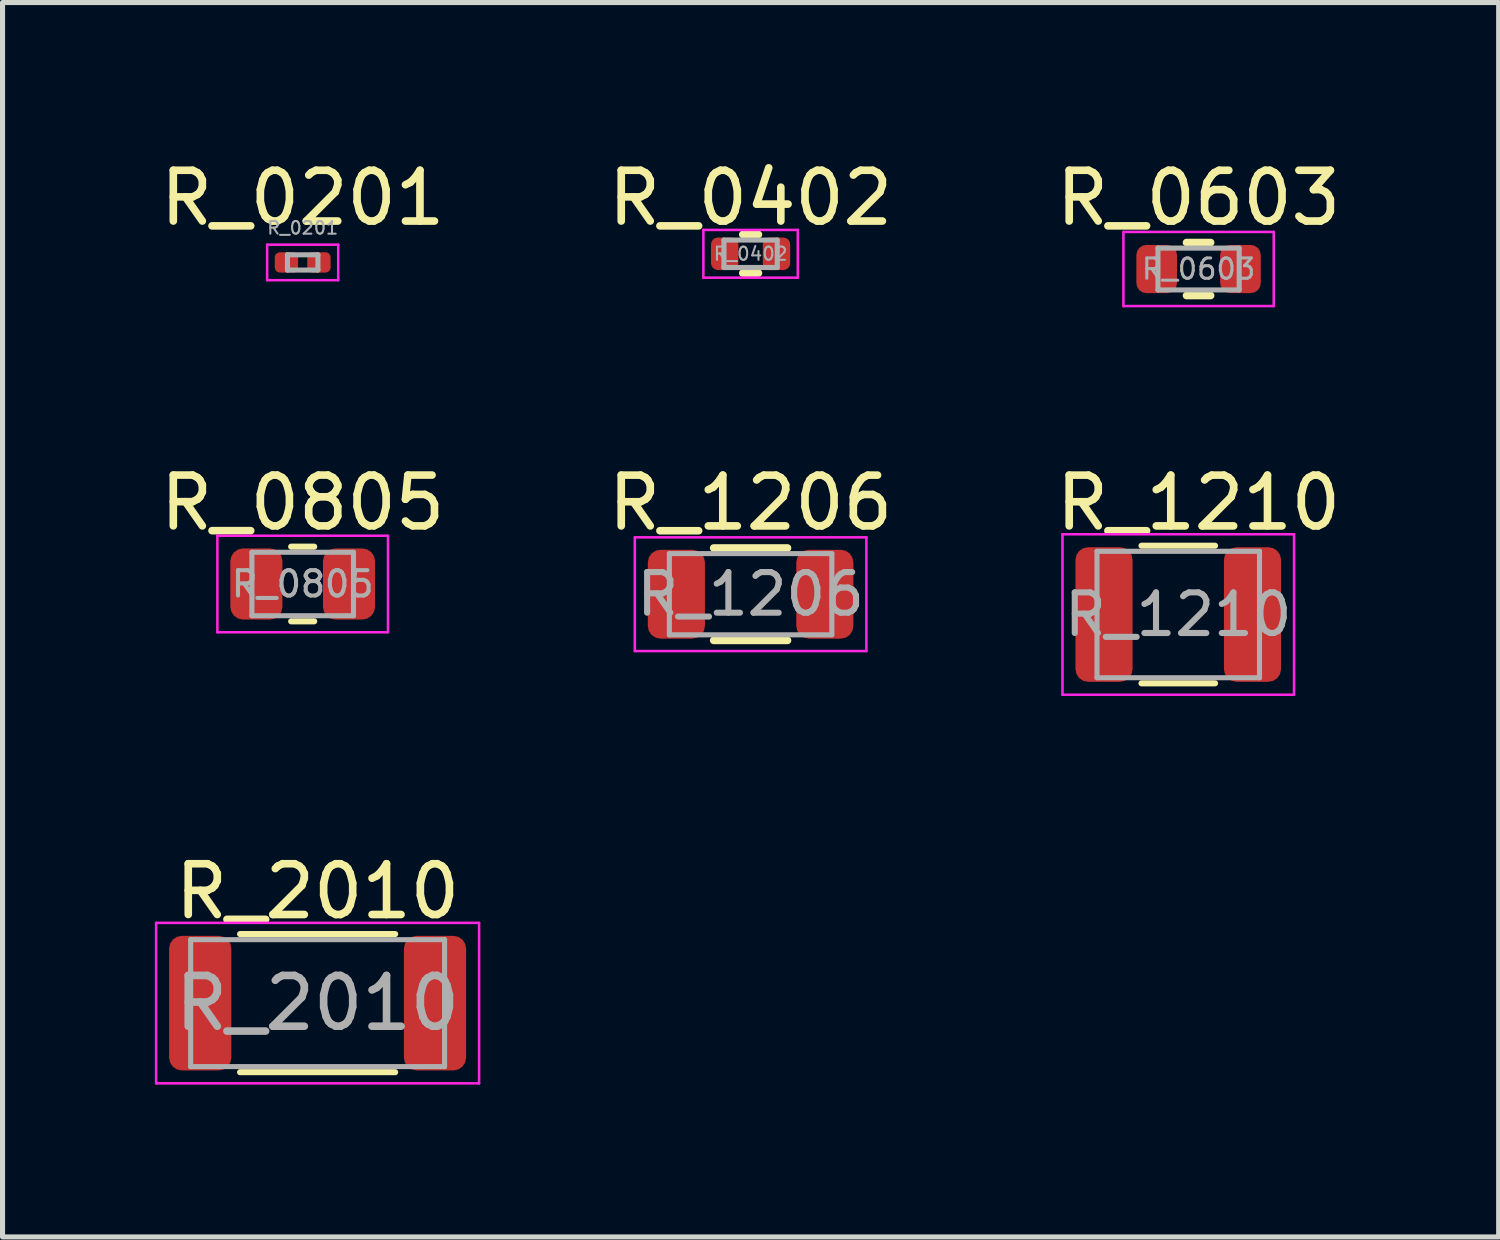
<source format=kicad_pcb>
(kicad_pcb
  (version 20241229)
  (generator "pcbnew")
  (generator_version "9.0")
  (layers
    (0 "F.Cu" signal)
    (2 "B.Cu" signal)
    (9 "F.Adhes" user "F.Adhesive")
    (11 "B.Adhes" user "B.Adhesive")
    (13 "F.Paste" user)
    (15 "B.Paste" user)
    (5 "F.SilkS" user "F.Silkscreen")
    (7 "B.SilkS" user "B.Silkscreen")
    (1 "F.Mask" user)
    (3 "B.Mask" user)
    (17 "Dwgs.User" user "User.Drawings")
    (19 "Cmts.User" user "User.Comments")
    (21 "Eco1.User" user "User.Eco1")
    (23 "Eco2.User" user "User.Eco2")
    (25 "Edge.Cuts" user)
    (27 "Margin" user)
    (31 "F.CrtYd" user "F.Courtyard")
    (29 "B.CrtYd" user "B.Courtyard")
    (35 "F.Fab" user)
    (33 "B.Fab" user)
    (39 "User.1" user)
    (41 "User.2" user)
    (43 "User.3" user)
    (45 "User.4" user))
  (footprint "R_0201"
    (layer "F.Cu")
    (at 2.911 2.118)
    (property "Reference" "R_0201" (at 0 -1.27 0) (layer "F.SilkS") (effects (font (size 1 1) (thickness 0.15))))
    (attr through_hole)
    (fp_line (start -0.7 -0.35) (end 0.7 -0.35) (stroke (width 0.05) (type solid)) (layer "F.CrtYd"))
    (fp_line (start -0.7 0.35) (end -0.7 -0.35) (stroke (width 0.05) (type solid)) (layer "F.CrtYd"))
    (fp_line (start 0.7 -0.35) (end 0.7 0.35) (stroke (width 0.05) (type solid)) (layer "F.CrtYd"))
    (fp_line (start 0.7 0.35) (end -0.7 0.35) (stroke (width 0.05) (type solid)) (layer "F.CrtYd"))
    (fp_line (start -0.3 -0.15) (end 0.3 -0.15) (stroke (width 0.1) (type solid)) (layer "F.Fab"))
    (fp_line (start -0.3 0.15) (end -0.3 -0.15) (stroke (width 0.1) (type solid)) (layer "F.Fab"))
    (fp_line (start 0.3 -0.15) (end 0.3 0.15) (stroke (width 0.1) (type solid)) (layer "F.Fab"))
    (fp_line (start 0.3 0.15) (end -0.3 0.15) (stroke (width 0.1) (type solid)) (layer "F.Fab"))
    (fp_text user "${REFERENCE}" (at 0 -0.68 0) (layer "F.Fab") (effects (font (size 0.25 0.25) (thickness 0.04))))
    (pad "" smd roundrect (at -0.345 0) (size 0.318 0.36) (layers "F.Paste") (roundrect_rratio 0.25))
    (pad "" smd roundrect (at 0.345 0) (size 0.318 0.36) (layers "F.Paste") (roundrect_rratio 0.25))
    (pad "1" smd roundrect (at -0.32 0) (size 0.46 0.4) (layers "F.Cu" "F.Mask") (roundrect_rratio 0.25))
    (pad "2" smd roundrect (at 0.32 0) (size 0.46 0.4) (layers "F.Cu" "F.Mask") (roundrect_rratio 0.25)))
  (footprint "R_1210"
    (layer "F.Cu")
    (at 20.154 9.052)
    (property "Reference" "R_1210" (at 0.4 -2.2 0) (layer "F.SilkS") (effects (font (size 1 1) (thickness 0.15))))
    (attr through_hole)
    (fp_line (start -0.724 -1.355) (end 0.724 -1.355) (stroke (width 0.12) (type solid)) (layer "F.SilkS"))
    (fp_line (start -0.724 1.355) (end 0.724 1.355) (stroke (width 0.12) (type solid)) (layer "F.SilkS"))
    (fp_line (start -2.28 -1.58) (end 2.28 -1.58) (stroke (width 0.05) (type solid)) (layer "F.CrtYd"))
    (fp_line (start -2.28 1.58) (end -2.28 -1.58) (stroke (width 0.05) (type solid)) (layer "F.CrtYd"))
    (fp_line (start 2.28 -1.58) (end 2.28 1.58) (stroke (width 0.05) (type solid)) (layer "F.CrtYd"))
    (fp_line (start 2.28 1.58) (end -2.28 1.58) (stroke (width 0.05) (type solid)) (layer "F.CrtYd"))
    (fp_line (start -1.6 -1.245) (end 1.6 -1.245) (stroke (width 0.1) (type solid)) (layer "F.Fab"))
    (fp_line (start -1.6 1.245) (end -1.6 -1.245) (stroke (width 0.1) (type solid)) (layer "F.Fab"))
    (fp_line (start 1.6 -1.245) (end 1.6 1.245) (stroke (width 0.1) (type solid)) (layer "F.Fab"))
    (fp_line (start 1.6 1.245) (end -1.6 1.245) (stroke (width 0.1) (type solid)) (layer "F.Fab"))
    (fp_text user "${REFERENCE}" (at 0 0 0) (layer "F.Fab") (effects (font (size 0.8 0.8) (thickness 0.12))))
    (pad "1" smd roundrect (at -1.462 0) (size 1.125 2.65) (layers "F.Cu" "F.Mask" "F.Paste") (roundrect_rratio 0.222))
    (pad "2" smd roundrect (at 1.462 0) (size 1.125 2.65) (layers "F.Cu" "F.Mask" "F.Paste") (roundrect_rratio 0.222)))
  (footprint "R_0402"
    (layer "F.Cu")
    (at 11.732 1.948)
    (property "Reference" "R_0402" (at 0 -1.1 0) (layer "F.SilkS") (effects (font (size 1 1) (thickness 0.15))))
    (attr smd)
    (fp_line (start -0.154 -0.38) (end 0.154 -0.38) (stroke (width 0.15) (type solid)) (layer "F.SilkS"))
    (fp_line (start -0.154 0.38) (end 0.154 0.38) (stroke (width 0.15) (type solid)) (layer "F.SilkS"))
    (fp_line (start -0.93 -0.47) (end 0.93 -0.47) (stroke (width 0.05) (type solid)) (layer "F.CrtYd"))
    (fp_line (start -0.93 0.47) (end -0.93 -0.47) (stroke (width 0.05) (type solid)) (layer "F.CrtYd"))
    (fp_line (start 0.93 -0.47) (end 0.93 0.47) (stroke (width 0.05) (type solid)) (layer "F.CrtYd"))
    (fp_line (start 0.93 0.47) (end -0.93 0.47) (stroke (width 0.05) (type solid)) (layer "F.CrtYd"))
    (fp_line (start -0.525 -0.27) (end 0.525 -0.27) (stroke (width 0.1) (type solid)) (layer "F.Fab"))
    (fp_line (start -0.525 0.27) (end -0.525 -0.27) (stroke (width 0.1) (type solid)) (layer "F.Fab"))
    (fp_line (start 0.525 -0.27) (end 0.525 0.27) (stroke (width 0.1) (type solid)) (layer "F.Fab"))
    (fp_line (start 0.525 0.27) (end -0.525 0.27) (stroke (width 0.1) (type solid)) (layer "F.Fab"))
    (fp_text user "${REFERENCE}" (at 0 0 0) (layer "F.Fab") (effects (font (size 0.26 0.26) (thickness 0.04))))
    (pad "1" smd roundrect (at -0.51 0) (size 0.54 0.64) (layers "F.Cu" "F.Mask" "F.Paste") (roundrect_rratio 0.25))
    (pad "2" smd roundrect (at 0.51 0) (size 0.54 0.64) (layers "F.Cu" "F.Mask" "F.Paste") (roundrect_rratio 0.25)))
  (footprint "R_0603"
    (layer "F.Cu")
    (at 20.554 2.248)
    (property "Reference" "R_0603" (at 0 -1.4 0) (layer "F.SilkS") (effects (font (size 1 1) (thickness 0.15))))
    (attr smd)
    (fp_line (start -0.237 -0.522) (end 0.237 -0.522) (stroke (width 0.15) (type solid)) (layer "F.SilkS"))
    (fp_line (start -0.237 0.522) (end 0.237 0.522) (stroke (width 0.15) (type solid)) (layer "F.SilkS"))
    (fp_line (start -1.48 -0.73) (end 1.48 -0.73) (stroke (width 0.05) (type solid)) (layer "F.CrtYd"))
    (fp_line (start -1.48 0.73) (end -1.48 -0.73) (stroke (width 0.05) (type solid)) (layer "F.CrtYd"))
    (fp_line (start 1.48 -0.73) (end 1.48 0.73) (stroke (width 0.05) (type solid)) (layer "F.CrtYd"))
    (fp_line (start 1.48 0.73) (end -1.48 0.73) (stroke (width 0.05) (type solid)) (layer "F.CrtYd"))
    (fp_line (start -0.8 -0.412) (end 0.8 -0.412) (stroke (width 0.1) (type solid)) (layer "F.Fab"))
    (fp_line (start -0.8 0.412) (end -0.8 -0.412) (stroke (width 0.1) (type solid)) (layer "F.Fab"))
    (fp_line (start 0.8 -0.412) (end 0.8 0.412) (stroke (width 0.1) (type solid)) (layer "F.Fab"))
    (fp_line (start 0.8 0.412) (end -0.8 0.412) (stroke (width 0.1) (type solid)) (layer "F.Fab"))
    (fp_text user "${REFERENCE}" (at 0 0 0) (layer "F.Fab") (effects (font (size 0.4 0.4) (thickness 0.06))))
    (pad "1" smd roundrect (at -0.825 0) (size 0.8 0.95) (layers "F.Cu" "F.Mask" "F.Paste") (roundrect_rratio 0.25))
    (pad "2" smd roundrect (at 0.825 0) (size 0.8 0.95) (layers "F.Cu" "F.Mask" "F.Paste") (roundrect_rratio 0.25)))
  (footprint "R_2010"
    (layer "F.Cu")
    (at 3.205 16.705)
    (property "Reference" "R_2010" (at 0 -2.2 0) (layer "F.SilkS") (effects (font (size 1 1) (thickness 0.15))))
    (attr through_hole)
    (fp_line (start -1.527 -1.36) (end 1.527 -1.36) (stroke (width 0.12) (type solid)) (layer "F.SilkS"))
    (fp_line (start -1.527 1.36) (end 1.527 1.36) (stroke (width 0.12) (type solid)) (layer "F.SilkS"))
    (fp_line (start -3.18 -1.58) (end 3.18 -1.58) (stroke (width 0.05) (type solid)) (layer "F.CrtYd"))
    (fp_line (start -3.18 1.58) (end -3.18 -1.58) (stroke (width 0.05) (type solid)) (layer "F.CrtYd"))
    (fp_line (start 3.18 -1.58) (end 3.18 1.58) (stroke (width 0.05) (type solid)) (layer "F.CrtYd"))
    (fp_line (start 3.18 1.58) (end -3.18 1.58) (stroke (width 0.05) (type solid)) (layer "F.CrtYd"))
    (fp_line (start -2.5 -1.25) (end 2.5 -1.25) (stroke (width 0.1) (type solid)) (layer "F.Fab"))
    (fp_line (start -2.5 1.25) (end -2.5 -1.25) (stroke (width 0.1) (type solid)) (layer "F.Fab"))
    (fp_line (start 2.5 -1.25) (end 2.5 1.25) (stroke (width 0.1) (type solid)) (layer "F.Fab"))
    (fp_line (start 2.5 1.25) (end -2.5 1.25) (stroke (width 0.1) (type solid)) (layer "F.Fab"))
    (fp_text user "${REFERENCE}" (at 0 0 0) (layer "F.Fab") (effects (font (size 1 1) (thickness 0.15))))
    (pad "1" smd roundrect (at -2.312 0) (size 1.225 2.65) (layers "F.Cu" "F.Mask" "F.Paste") (roundrect_rratio 0.204))
    (pad "2" smd roundrect (at 2.312 0) (size 1.225 2.65) (layers "F.Cu" "F.Mask" "F.Paste") (roundrect_rratio 0.204)))
  (footprint "R_0805"
    (layer "F.Cu")
    (at 2.911 8.451)
    (property "Reference" "R_0805" (at 0 -1.6 0) (layer "F.SilkS") (effects (font (size 1 1) (thickness 0.15))))
    (attr through_hole)
    (fp_line (start -0.227 -0.735) (end 0.227 -0.735) (stroke (width 0.12) (type solid)) (layer "F.SilkS"))
    (fp_line (start -0.227 0.735) (end 0.227 0.735) (stroke (width 0.12) (type solid)) (layer "F.SilkS"))
    (fp_line (start -1.68 -0.95) (end 1.68 -0.95) (stroke (width 0.05) (type solid)) (layer "F.CrtYd"))
    (fp_line (start -1.68 0.95) (end -1.68 -0.95) (stroke (width 0.05) (type solid)) (layer "F.CrtYd"))
    (fp_line (start 1.68 -0.95) (end 1.68 0.95) (stroke (width 0.05) (type solid)) (layer "F.CrtYd"))
    (fp_line (start 1.68 0.95) (end -1.68 0.95) (stroke (width 0.05) (type solid)) (layer "F.CrtYd"))
    (fp_line (start -1 -0.625) (end 1 -0.625) (stroke (width 0.1) (type solid)) (layer "F.Fab"))
    (fp_line (start -1 0.625) (end -1 -0.625) (stroke (width 0.1) (type solid)) (layer "F.Fab"))
    (fp_line (start 1 -0.625) (end 1 0.625) (stroke (width 0.1) (type solid)) (layer "F.Fab"))
    (fp_line (start 1 0.625) (end -1 0.625) (stroke (width 0.1) (type solid)) (layer "F.Fab"))
    (fp_text user "${REFERENCE}" (at 0 0 0) (layer "F.Fab") (effects (font (size 0.5 0.5) (thickness 0.08))))
    (pad "1" smd roundrect (at -0.912 0) (size 1.025 1.4) (layers "F.Cu" "F.Mask" "F.Paste") (roundrect_rratio 0.244))
    (pad "2" smd roundrect (at 0.912 0) (size 1.025 1.4) (layers "F.Cu" "F.Mask" "F.Paste") (roundrect_rratio 0.244)))
  (footprint "R_1206"
    (layer "F.Cu")
    (at 11.732 8.652)
    (property "Reference" "R_1206" (at 0 -1.8 0) (layer "F.SilkS") (effects (font (size 1 1) (thickness 0.15))))
    (attr through_hole)
    (fp_line (start -0.727 -0.91) (end 0.727 -0.91) (stroke (width 0.15) (type solid)) (layer "F.SilkS"))
    (fp_line (start -0.727 0.91) (end 0.727 0.91) (stroke (width 0.15) (type solid)) (layer "F.SilkS"))
    (fp_line (start -2.28 -1.12) (end 2.28 -1.12) (stroke (width 0.05) (type solid)) (layer "F.CrtYd"))
    (fp_line (start -2.28 1.12) (end -2.28 -1.12) (stroke (width 0.05) (type solid)) (layer "F.CrtYd"))
    (fp_line (start 2.28 -1.12) (end 2.28 1.12) (stroke (width 0.05) (type solid)) (layer "F.CrtYd"))
    (fp_line (start 2.28 1.12) (end -2.28 1.12) (stroke (width 0.05) (type solid)) (layer "F.CrtYd"))
    (fp_line (start -1.6 -0.8) (end 1.6 -0.8) (stroke (width 0.1) (type solid)) (layer "F.Fab"))
    (fp_line (start -1.6 0.8) (end -1.6 -0.8) (stroke (width 0.1) (type solid)) (layer "F.Fab"))
    (fp_line (start 1.6 -0.8) (end 1.6 0.8) (stroke (width 0.1) (type solid)) (layer "F.Fab"))
    (fp_line (start 1.6 0.8) (end -1.6 0.8) (stroke (width 0.1) (type solid)) (layer "F.Fab"))
    (fp_text user "${REFERENCE}" (at 0 0 0) (layer "F.Fab") (effects (font (size 0.8 0.8) (thickness 0.12))))
    (pad "1" smd roundrect (at -1.462 0) (size 1.125 1.75) (layers "F.Cu" "F.Mask" "F.Paste") (roundrect_rratio 0.222))
    (pad "2" smd roundrect (at 1.462 0) (size 1.125 1.75) (layers "F.Cu" "F.Mask" "F.Paste") (roundrect_rratio 0.222)))
  (gr_rect
    (start -3 -3)
    (end 26.464 21.31)
    (stroke (width 0.1) (type default))
    (fill no)
    (layer "Edge.Cuts")))
</source>
